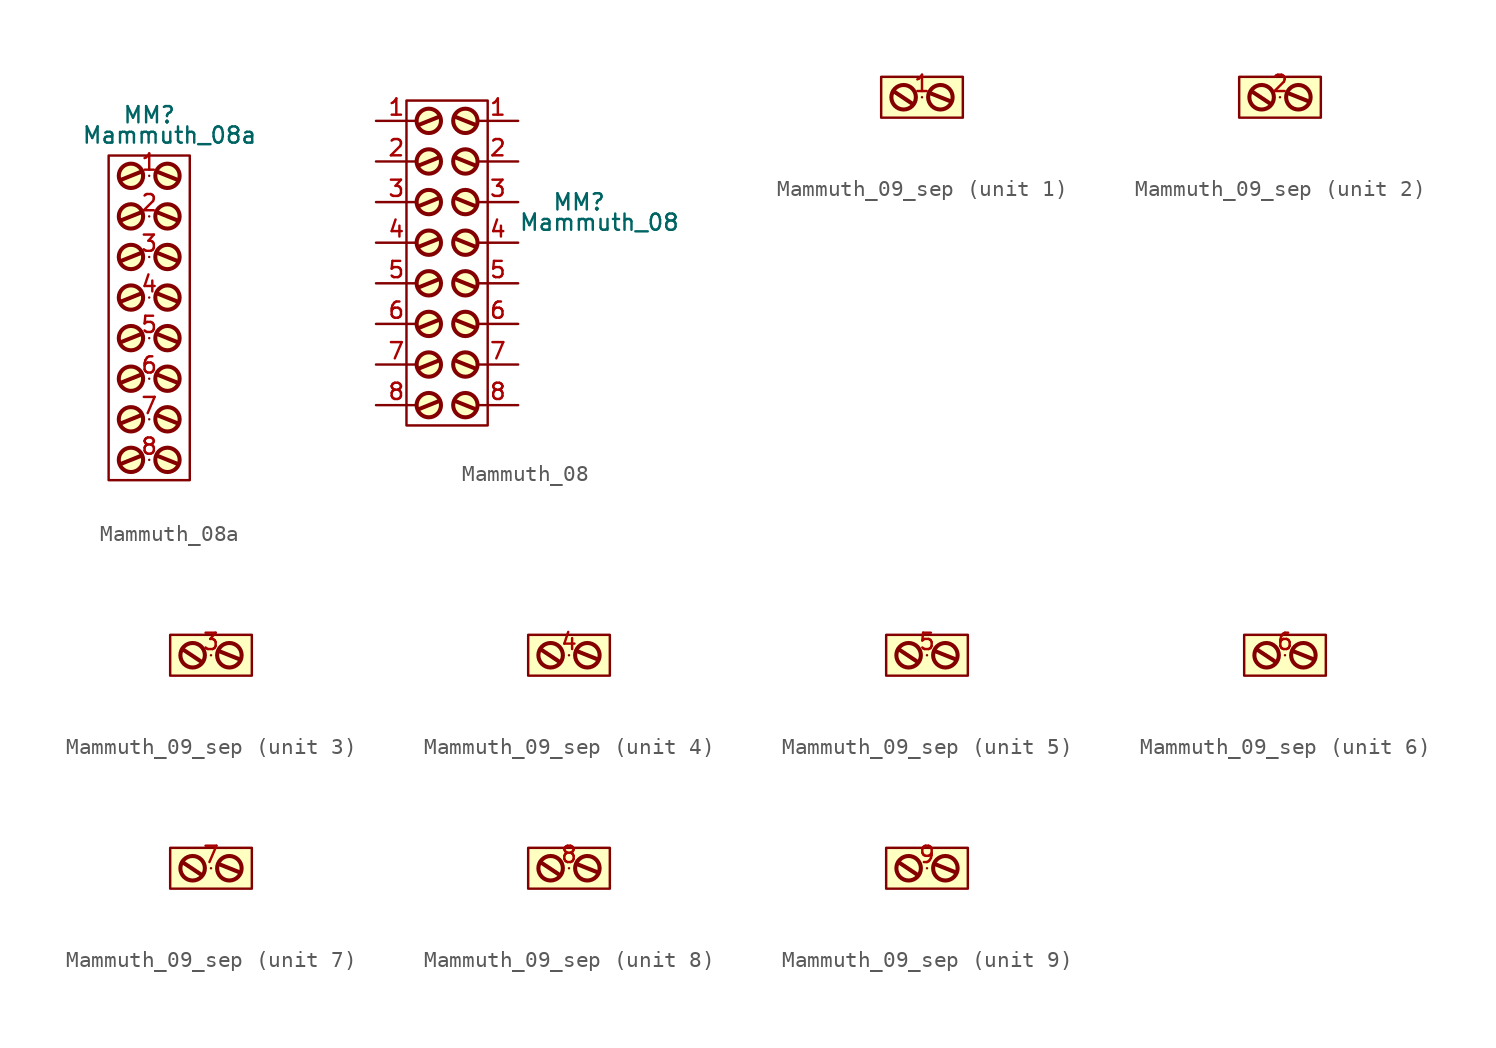
<source format=kicad_sym>
(kicad_symbol_lib
  (version 20211014)
  (generator kicad_symbol_editor)
  (symbol "Mammuth_08a"
    (pin_names
      (offset 0.762) hide)
    (property "Reference" "MM"
      (at 0 12.7 0)
      (effects (font (size 1.016 1.016))))
    (property "Value" "Mammuth_08a"
      (at 1.27 11.43 0)
      (effects (font (size 1.016 1.016))))
    (property "Footprint" ""
      (at 0.635 5.08 0)
      (effects (font (size 1.524 1.524))))
    (property "Datasheet" ""
      (at 0.635 5.08 0)
      (effects (font (size 1.524 1.524))))
    (symbol "Mammuth_08a_0_1"
      (circle (center -1.143 -8.89) (radius 0.762) (stroke (width 0.254) (type default) (color 0 0 0 0)) (fill (type background)))
      (circle (center -1.143 -6.35) (radius 0.762) (stroke (width 0.254) (type default) (color 0 0 0 0)) (fill (type background)))
      (circle (center -1.143 -3.81) (radius 0.762) (stroke (width 0.254) (type default) (color 0 0 0 0)) (fill (type background)))
      (circle (center -1.143 -1.27) (radius 0.762) (stroke (width 0.254) (type default) (color 0 0 0 0)) (fill (type background)))
      (circle (center -1.143 1.27) (radius 0.762) (stroke (width 0.254) (type default) (color 0 0 0 0)) (fill (type background)))
      (circle (center -1.143 3.81) (radius 0.762) (stroke (width 0.254) (type default) (color 0 0 0 0)) (fill (type background)))
      (circle (center -1.143 6.35) (radius 0.762) (stroke (width 0.254) (type default) (color 0 0 0 0)) (fill (type background)))
      (circle (center -1.143 8.89) (radius 0.762) (stroke (width 0.254) (type default) (color 0 0 0 0)) (fill (type background)))
      (polyline (pts (xy -0.508 -8.636) (xy -1.778 -9.144)) (stroke (width 0.254) (type default) (color 0 0 0 0)) (fill (type none)))
      (polyline (pts (xy -0.508 -6.096) (xy -1.778 -6.604)) (stroke (width 0.254) (type default) (color 0 0 0 0)) (fill (type none)))
      (polyline (pts (xy -0.508 -3.556) (xy -1.778 -4.064)) (stroke (width 0.254) (type default) (color 0 0 0 0)) (fill (type none)))
      (polyline (pts (xy -0.508 -1.016) (xy -1.778 -1.524)) (stroke (width 0.254) (type default) (color 0 0 0 0)) (fill (type none)))
      (polyline (pts (xy -0.508 1.524) (xy -1.778 1.016)) (stroke (width 0.254) (type default) (color 0 0 0 0)) (fill (type none)))
      (polyline (pts (xy -0.508 4.064) (xy -1.778 3.556)) (stroke (width 0.254) (type default) (color 0 0 0 0)) (fill (type none)))
      (polyline (pts (xy -0.508 6.604) (xy -1.778 6.096)) (stroke (width 0.254) (type default) (color 0 0 0 0)) (fill (type none)))
      (polyline (pts (xy -0.508 9.144) (xy -1.778 8.636)) (stroke (width 0.254) (type default) (color 0 0 0 0)) (fill (type none)))
      (polyline (pts (xy 0.508 -8.636) (xy 1.778 -9.144)) (stroke (width 0.254) (type default) (color 0 0 0 0)) (fill (type none)))
      (polyline (pts (xy 0.508 -6.096) (xy 1.778 -6.604)) (stroke (width 0.254) (type default) (color 0 0 0 0)) (fill (type none)))
      (polyline (pts (xy 0.508 -3.556) (xy 1.778 -4.064)) (stroke (width 0.254) (type default) (color 0 0 0 0)) (fill (type none)))
      (polyline (pts (xy 0.508 -1.016) (xy 1.778 -1.524)) (stroke (width 0.254) (type default) (color 0 0 0 0)) (fill (type none)))
      (polyline (pts (xy 0.508 1.524) (xy 1.778 1.016)) (stroke (width 0.254) (type default) (color 0 0 0 0)) (fill (type none)))
      (polyline (pts (xy 0.508 4.064) (xy 1.778 3.556)) (stroke (width 0.254) (type default) (color 0 0 0 0)) (fill (type none)))
      (polyline (pts (xy 0.508 6.604) (xy 1.778 6.096)) (stroke (width 0.254) (type default) (color 0 0 0 0)) (fill (type none)))
      (polyline (pts (xy 0.508 9.144) (xy 1.778 8.636)) (stroke (width 0.254) (type default) (color 0 0 0 0)) (fill (type none)))
      (polyline (pts (xy -2.54 10.16) (xy 2.54 10.16) (xy 2.54 -10.16) (xy -2.54 -10.16) (xy -2.54 10.16)) (stroke (width 0) (type default) (color 0 0 0 0)) (fill (type none)))
      (circle (center 1.143 -8.89) (radius 0.762) (stroke (width 0.254) (type default) (color 0 0 0 0)) (fill (type background)))
      (circle (center 1.143 -6.35) (radius 0.762) (stroke (width 0.254) (type default) (color 0 0 0 0)) (fill (type background)))
      (circle (center 1.143 -3.81) (radius 0.762) (stroke (width 0.254) (type default) (color 0 0 0 0)) (fill (type background)))
      (circle (center 1.143 -1.27) (radius 0.762) (stroke (width 0.254) (type default) (color 0 0 0 0)) (fill (type background)))
      (circle (center 1.143 1.27) (radius 0.762) (stroke (width 0.254) (type default) (color 0 0 0 0)) (fill (type background)))
      (circle (center 1.143 3.81) (radius 0.762) (stroke (width 0.254) (type default) (color 0 0 0 0)) (fill (type background)))
      (circle (center 1.143 6.35) (radius 0.762) (stroke (width 0.254) (type default) (color 0 0 0 0)) (fill (type background)))
      (circle (center 1.143 8.89) (radius 0.762) (stroke (width 0.254) (type default) (color 0 0 0 0)) (fill (type background))))
    (symbol "Mammuth_08a_1_1"
      (pin passive line (at 0 8.89 0) (length 0) (name "1" (effects (font (size 1.016 1.016)))) (number "1" (effects (font (size 1.016 1.016)))))
      (pin passive line (at 0 6.35 0) (length 0) (name "2" (effects (font (size 1.016 1.016)))) (number "2" (effects (font (size 1.016 1.016)))))
      (pin passive line (at 0 3.81 0) (length 0) (name "3" (effects (font (size 1.016 1.016)))) (number "3" (effects (font (size 1.016 1.016)))))
      (pin passive line (at 0 1.27 0) (length 0) (name "4" (effects (font (size 1.016 1.016)))) (number "4" (effects (font (size 1.016 1.016)))))
      (pin passive line (at 0 -1.27 0) (length 0) (name "5" (effects (font (size 1.016 1.016)))) (number "5" (effects (font (size 1.016 1.016)))))
      (pin passive line (at 0 -3.81 0) (length 0) (name "6" (effects (font (size 1.016 1.016)))) (number "6" (effects (font (size 1.016 1.016)))))
      (pin passive line (at 0 -6.35 0) (length 0) (name "7" (effects (font (size 1.016 1.016)))) (number "7" (effects (font (size 1.016 1.016)))))
      (pin passive line (at 0 -8.89 0) (length 0) (name "8" (effects (font (size 1.016 1.016)))) (number "8" (effects (font (size 1.016 1.016)))))))
  (symbol "Mammuth_08"
    (pin_names
      (offset 0.762) hide)
    (property "Reference" "MM"
      (at 8.89 6.35 0)
      (effects (font (size 1.016 1.016))))
    (property "Value" "Mammuth_08"
      (at 10.16 5.08 0)
      (effects (font (size 1.016 1.016))))
    (property "Footprint" ""
      (at 1.27 7.62 0)
      (effects (font (size 1.524 1.524))))
    (property "Datasheet" ""
      (at 1.27 7.62 0)
      (effects (font (size 1.524 1.524))))
    (symbol "Mammuth_08_0_1"
      (circle (center -0.508 -6.35) (radius 0.762) (stroke (width 0.254) (type default) (color 0 0 0 0)) (fill (type background)))
      (circle (center -0.508 -3.81) (radius 0.762) (stroke (width 0.254) (type default) (color 0 0 0 0)) (fill (type background)))
      (circle (center -0.508 -1.27) (radius 0.762) (stroke (width 0.254) (type default) (color 0 0 0 0)) (fill (type background)))
      (circle (center -0.508 1.27) (radius 0.762) (stroke (width 0.254) (type default) (color 0 0 0 0)) (fill (type background)))
      (circle (center -0.508 3.81) (radius 0.762) (stroke (width 0.254) (type default) (color 0 0 0 0)) (fill (type background)))
      (circle (center -0.508 6.35) (radius 0.762) (stroke (width 0.254) (type default) (color 0 0 0 0)) (fill (type background)))
      (circle (center -0.508 8.89) (radius 0.762) (stroke (width 0.254) (type default) (color 0 0 0 0)) (fill (type background)))
      (circle (center -0.508 11.43) (radius 0.762) (stroke (width 0.254) (type default) (color 0 0 0 0)) (fill (type background)))
      (polyline (pts (xy 0.127 -6.096) (xy -1.143 -6.604)) (stroke (width 0.254) (type default) (color 0 0 0 0)) (fill (type none)))
      (polyline (pts (xy 0.127 -3.556) (xy -1.143 -4.064)) (stroke (width 0.254) (type default) (color 0 0 0 0)) (fill (type none)))
      (polyline (pts (xy 0.127 -1.016) (xy -1.143 -1.524)) (stroke (width 0.254) (type default) (color 0 0 0 0)) (fill (type none)))
      (polyline (pts (xy 0.127 1.524) (xy -1.143 1.016)) (stroke (width 0.254) (type default) (color 0 0 0 0)) (fill (type none)))
      (polyline (pts (xy 0.127 4.064) (xy -1.143 3.556)) (stroke (width 0.254) (type default) (color 0 0 0 0)) (fill (type none)))
      (polyline (pts (xy 0.127 6.604) (xy -1.143 6.096)) (stroke (width 0.254) (type default) (color 0 0 0 0)) (fill (type none)))
      (polyline (pts (xy 0.127 9.144) (xy -1.143 8.636)) (stroke (width 0.254) (type default) (color 0 0 0 0)) (fill (type none)))
      (polyline (pts (xy 0.127 11.684) (xy -1.143 11.176)) (stroke (width 0.254) (type default) (color 0 0 0 0)) (fill (type none)))
      (polyline (pts (xy 1.143 -6.096) (xy 2.413 -6.604)) (stroke (width 0.254) (type default) (color 0 0 0 0)) (fill (type none)))
      (polyline (pts (xy 1.143 -3.556) (xy 2.413 -4.064)) (stroke (width 0.254) (type default) (color 0 0 0 0)) (fill (type none)))
      (polyline (pts (xy 1.143 -1.016) (xy 2.413 -1.524)) (stroke (width 0.254) (type default) (color 0 0 0 0)) (fill (type none)))
      (polyline (pts (xy 1.143 1.524) (xy 2.413 1.016)) (stroke (width 0.254) (type default) (color 0 0 0 0)) (fill (type none)))
      (polyline (pts (xy 1.143 4.064) (xy 2.413 3.556)) (stroke (width 0.254) (type default) (color 0 0 0 0)) (fill (type none)))
      (polyline (pts (xy 1.143 6.604) (xy 2.413 6.096)) (stroke (width 0.254) (type default) (color 0 0 0 0)) (fill (type none)))
      (polyline (pts (xy 1.143 9.144) (xy 2.413 8.636)) (stroke (width 0.254) (type default) (color 0 0 0 0)) (fill (type none)))
      (polyline (pts (xy 1.143 11.684) (xy 2.413 11.176)) (stroke (width 0.254) (type default) (color 0 0 0 0)) (fill (type none)))
      (polyline (pts (xy -1.905 12.7) (xy 3.175 12.7) (xy 3.175 -7.62) (xy -1.905 -7.62) (xy -1.905 12.7)) (stroke (width 0) (type default) (color 0 0 0 0)) (fill (type none)))
      (circle (center 1.778 -6.35) (radius 0.762) (stroke (width 0.254) (type default) (color 0 0 0 0)) (fill (type background)))
      (circle (center 1.778 -3.81) (radius 0.762) (stroke (width 0.254) (type default) (color 0 0 0 0)) (fill (type background)))
      (circle (center 1.778 -1.27) (radius 0.762) (stroke (width 0.254) (type default) (color 0 0 0 0)) (fill (type background)))
      (circle (center 1.778 1.27) (radius 0.762) (stroke (width 0.254) (type default) (color 0 0 0 0)) (fill (type background)))
      (circle (center 1.778 3.81) (radius 0.762) (stroke (width 0.254) (type default) (color 0 0 0 0)) (fill (type background)))
      (circle (center 1.778 6.35) (radius 0.762) (stroke (width 0.254) (type default) (color 0 0 0 0)) (fill (type background)))
      (circle (center 1.778 8.89) (radius 0.762) (stroke (width 0.254) (type default) (color 0 0 0 0)) (fill (type background)))
      (circle (center 1.778 11.43) (radius 0.762) (stroke (width 0.254) (type default) (color 0 0 0 0)) (fill (type background)))
      (pin passive line (at 5.08 11.43 180) (length 2.54) (name "1" (effects (font (size 1.016 1.016)))) (number "1" (effects (font (size 1.016 1.016)))))
      (pin passive line (at 5.08 8.89 180) (length 2.54) (name "2" (effects (font (size 1.016 1.016)))) (number "2" (effects (font (size 1.016 1.016)))))
      (pin passive line (at 5.08 6.35 180) (length 2.54) (name "3" (effects (font (size 1.016 1.016)))) (number "3" (effects (font (size 1.016 1.016)))))
      (pin passive line (at 5.08 3.81 180) (length 2.54) (name "4" (effects (font (size 1.016 1.016)))) (number "4" (effects (font (size 1.016 1.016)))))
      (pin passive line (at 5.08 1.27 180) (length 2.54) (name "5" (effects (font (size 1.016 1.016)))) (number "5" (effects (font (size 1.016 1.016)))))
      (pin passive line (at 5.08 -1.27 180) (length 2.54) (name "6" (effects (font (size 1.016 1.016)))) (number "6" (effects (font (size 1.016 1.016)))))
      (pin passive line (at 5.08 -3.81 180) (length 2.54) (name "7" (effects (font (size 1.016 1.016)))) (number "7" (effects (font (size 1.016 1.016)))))
      (pin passive line (at 5.08 -6.35 180) (length 2.54) (name "8" (effects (font (size 1.016 1.016)))) (number "8" (effects (font (size 1.016 1.016))))))
    (symbol "Mammuth_08_1_1"
      (pin passive line (at -3.81 11.43 0) (length 2.54) (name "1" (effects (font (size 1.016 1.016)))) (number "1" (effects (font (size 1.016 1.016)))))
      (pin passive line (at -3.81 8.89 0) (length 2.54) (name "2" (effects (font (size 1.016 1.016)))) (number "2" (effects (font (size 1.016 1.016)))))
      (pin passive line (at -3.81 6.35 0) (length 2.54) (name "3" (effects (font (size 1.016 1.016)))) (number "3" (effects (font (size 1.016 1.016)))))
      (pin passive line (at -3.81 3.81 0) (length 2.54) (name "4" (effects (font (size 1.016 1.016)))) (number "4" (effects (font (size 1.016 1.016)))))
      (pin passive line (at -3.81 1.27 0) (length 2.54) (name "5" (effects (font (size 1.016 1.016)))) (number "5" (effects (font (size 1.016 1.016)))))
      (pin passive line (at -3.81 -1.27 0) (length 2.54) (name "6" (effects (font (size 1.016 1.016)))) (number "6" (effects (font (size 1.016 1.016)))))
      (pin passive line (at -3.81 -3.81 0) (length 2.54) (name "7" (effects (font (size 1.016 1.016)))) (number "7" (effects (font (size 1.016 1.016)))))
      (pin passive line (at -3.81 -6.35 0) (length 2.54) (name "8" (effects (font (size 1.016 1.016)))) (number "8" (effects (font (size 1.016 1.016)))))))
  (symbol "Mammuth_09_sep"
    (pin_names
      (offset 0.762) hide)
    (property "Reference" "MM"
      (at 1.27 3.81 0)
      (effects (font (size 1.016 1.016)) hide))
    (property "Footprint" ""
      (at 0.635 -3.81 0)
      (effects (font (size 1.524 1.524))))
    (property "Datasheet" ""
      (at 0.635 -3.81 0)
      (effects (font (size 1.524 1.524))))
    (symbol "Mammuth_09_sep_0_1"
      (circle (center -1.143 0) (radius 0.762) (stroke (width 0.254) (type default) (color 0 0 0 0)) (fill (type background)))
      (polyline (pts (xy -1.778 0.381) (xy -0.635 -0.381)) (stroke (width 0.254) (type default) (color 0 0 0 0)) (fill (type none)))
      (polyline (pts (xy 0.508 0.254) (xy 1.778 -0.254)) (stroke (width 0.254) (type default) (color 0 0 0 0)) (fill (type none)))
      (polyline (pts (xy -2.54 1.27) (xy 2.54 1.27) (xy 2.54 -1.27) (xy -2.54 -1.27) (xy -2.54 1.27)) (stroke (width 0) (type default) (color 0 0 0 0)) (fill (type background)))
      (circle (center 1.143 0) (radius 0.762) (stroke (width 0.254) (type default) (color 0 0 0 0)) (fill (type background))))
    (symbol "Mammuth_09_sep_1_1"
      (pin passive line (at 0 0 0) (length 0) (name "1" (effects (font (size 1.016 1.016)))) (number "1" (effects (font (size 1.016 1.016))))))
    (symbol "Mammuth_09_sep_2_1"
      (pin passive line (at 0 0 0) (length 0) (name "2" (effects (font (size 1.016 1.016)))) (number "2" (effects (font (size 1.016 1.016))))))
    (symbol "Mammuth_09_sep_3_1"
      (pin passive line (at 0 0 0) (length 0) (name "3" (effects (font (size 1.016 1.016)))) (number "3" (effects (font (size 1.016 1.016))))))
    (symbol "Mammuth_09_sep_4_1"
      (pin passive line (at 0 0 0) (length 0) (name "4" (effects (font (size 1.016 1.016)))) (number "4" (effects (font (size 1.016 1.016))))))
    (symbol "Mammuth_09_sep_5_1"
      (pin passive line (at 0 0 0) (length 0) (name "5" (effects (font (size 1.016 1.016)))) (number "5" (effects (font (size 1.016 1.016))))))
    (symbol "Mammuth_09_sep_6_1"
      (pin passive line (at 0 0 0) (length 0) (name "6" (effects (font (size 1.016 1.016)))) (number "6" (effects (font (size 1.016 1.016))))))
    (symbol "Mammuth_09_sep_7_1"
      (pin passive line (at 0 0 0) (length 0) (name "7" (effects (font (size 1.016 1.016)))) (number "7" (effects (font (size 1.016 1.016))))))
    (symbol "Mammuth_09_sep_8_1"
      (pin passive line (at 0 0 0) (length 0) (name "8" (effects (font (size 1.016 1.016)))) (number "8" (effects (font (size 1.016 1.016))))))
    (symbol "Mammuth_09_sep_9_1"
      (pin passive line (at 0 0 0) (length 0) (name "9" (effects (font (size 1.016 1.016)))) (number "9" (effects (font (size 1.016 1.016))))))))
</source>
